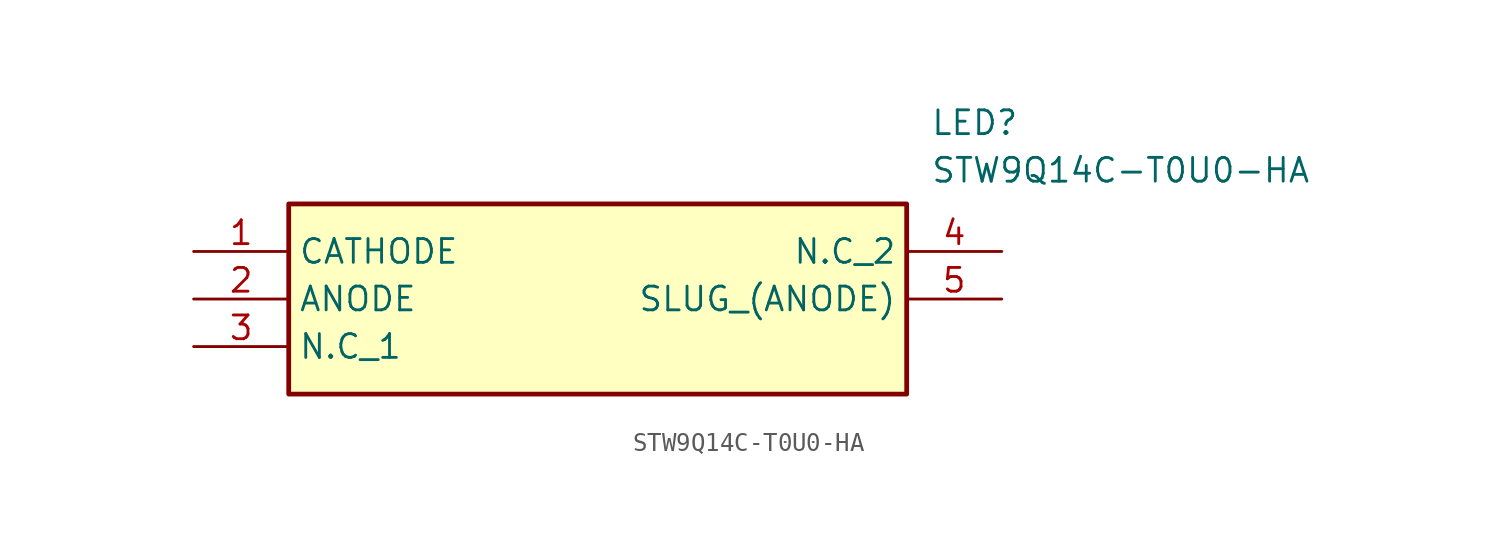
<source format=kicad_sym>
(kicad_symbol_lib
  (version 20211014)
  (generator SamacSys_ECAD_Model)
  (symbol "STW9Q14C-T0U0-HA"
    (property "Reference" "LED"
      (at 39.37 7.62 0)
      (effects (font (size 1.27 1.27)) (justify left top)))
    (property "Value" "STW9Q14C-T0U0-HA"
      (at 39.37 5.08 0)
      (effects (font (size 1.27 1.27)) (justify left top)))
    (rectangle
      (start 5.08 2.54)
      (end 38.1 -7.62)
      (stroke (width 0.254) (type default))
      (fill (type background)))
    (pin passive line
      (at 0 0 0)
      (length 5.08)
      (name "CATHODE" (effects (font (size 1.27 1.27))))
      (number "1" (effects (font (size 1.27 1.27)))))
    (pin passive line
      (at 0 -2.54 0)
      (length 5.08)
      (name "ANODE" (effects (font (size 1.27 1.27))))
      (number "2" (effects (font (size 1.27 1.27)))))
    (pin passive line
      (at 0 -5.08 0)
      (length 5.08)
      (name "N.C_1" (effects (font (size 1.27 1.27))))
      (number "3" (effects (font (size 1.27 1.27)))))
    (pin passive line
      (at 43.18 0 180)
      (length 5.08)
      (name "N.C_2" (effects (font (size 1.27 1.27))))
      (number "4" (effects (font (size 1.27 1.27)))))
    (pin passive line
      (at 43.18 -2.54 180)
      (length 5.08)
      (name "SLUG_(ANODE)" (effects (font (size 1.27 1.27))))
      (number "5" (effects (font (size 1.27 1.27)))))))
</source>
